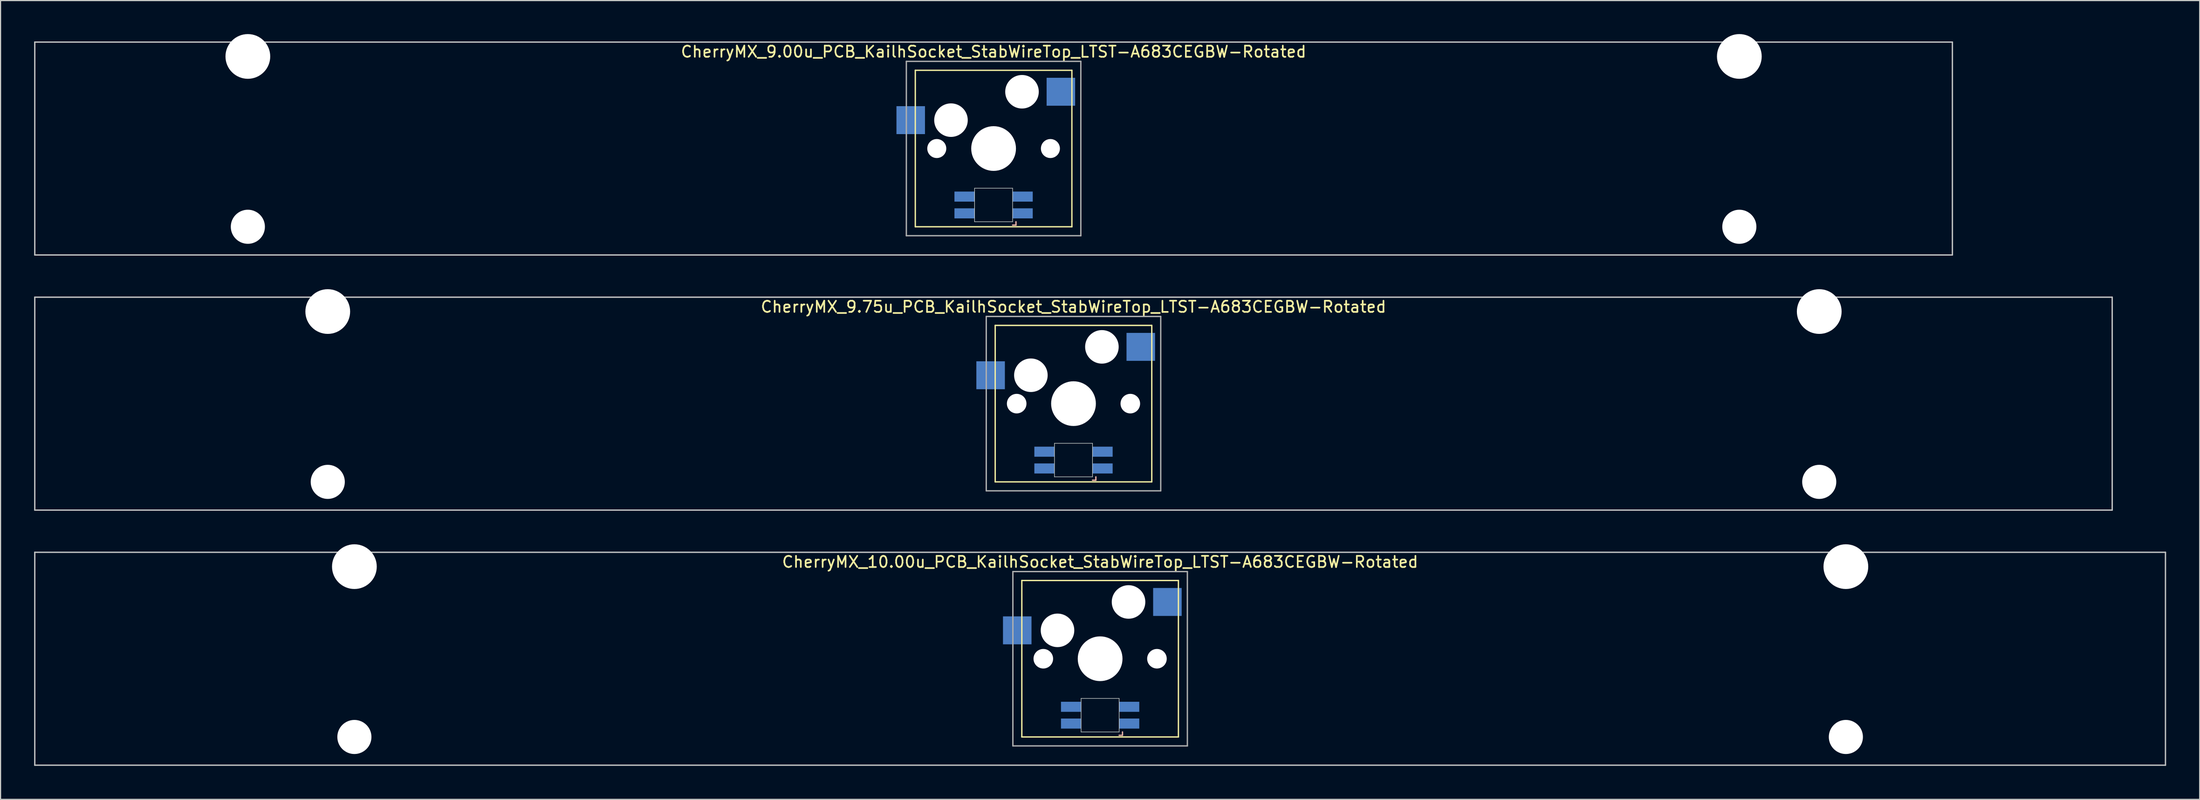
<source format=kicad_pcb>
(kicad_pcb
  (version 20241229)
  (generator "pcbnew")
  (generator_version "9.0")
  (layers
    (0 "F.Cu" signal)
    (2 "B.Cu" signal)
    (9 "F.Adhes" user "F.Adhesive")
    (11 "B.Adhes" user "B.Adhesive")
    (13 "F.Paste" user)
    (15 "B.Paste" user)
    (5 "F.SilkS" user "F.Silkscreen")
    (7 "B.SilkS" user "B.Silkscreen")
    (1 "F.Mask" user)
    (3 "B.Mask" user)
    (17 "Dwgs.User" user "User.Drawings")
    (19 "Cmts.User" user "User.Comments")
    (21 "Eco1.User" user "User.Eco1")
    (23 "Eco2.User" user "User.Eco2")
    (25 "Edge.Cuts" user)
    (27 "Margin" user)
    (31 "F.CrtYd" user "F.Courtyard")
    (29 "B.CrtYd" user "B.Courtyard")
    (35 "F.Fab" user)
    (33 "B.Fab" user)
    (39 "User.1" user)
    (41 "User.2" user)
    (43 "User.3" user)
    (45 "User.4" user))
  (footprint "CherryMX_9.75u_PCB_KailhSocket_StabWireTop_LTST-A683CEGBW-Rotated"
    (layer "F.Cu")
    (at 92.929 33.065)
    (property "Reference" "CherryMX_9.75u_PCB_KailhSocket_StabWireTop_LTST-A683CEGBW-Rotated" (at 0 -8.662 0) (layer "F.SilkS") (effects (font (size 1 1) (thickness 0.15))))
    (attr through_hole)
    (fp_line (start -7 -7) (end -7 7) (stroke (width 0.12) (type solid)) (layer "F.SilkS"))
    (fp_line (start -7 -7) (end 7 -7) (stroke (width 0.12) (type solid)) (layer "F.SilkS"))
    (fp_line (start 7 -7) (end 7 7) (stroke (width 0.12) (type solid)) (layer "F.SilkS"))
    (fp_line (start 7 7) (end -7 7) (stroke (width 0.12) (type solid)) (layer "F.SilkS"))
    (fp_line (start 1.7 6.85) (end 2 6.85) (stroke (width 0.12) (type solid)) (layer "B.SilkS"))
    (fp_line (start 2 6.85) (end 2 6.55) (stroke (width 0.12) (type solid)) (layer "B.SilkS"))
    (fp_line (start -92.869 -9.525) (end 92.869 -9.525) (stroke (width 0.12) (type solid)) (layer "Dwgs.User"))
    (fp_line (start -92.869 9.525) (end -92.869 -9.525) (stroke (width 0.12) (type solid)) (layer "Dwgs.User"))
    (fp_line (start 92.869 -9.525) (end 92.869 9.525) (stroke (width 0.12) (type solid)) (layer "Dwgs.User"))
    (fp_line (start 92.869 9.525) (end -92.869 9.525) (stroke (width 0.12) (type solid)) (layer "Dwgs.User"))
    (fp_line (start -1.7 3.55) (end 1.7 3.55) (stroke (width 0.05) (type solid)) (layer "Edge.Cuts"))
    (fp_line (start -1.7 6.55) (end -1.7 3.55) (stroke (width 0.05) (type solid)) (layer "Edge.Cuts"))
    (fp_line (start 1.7 3.55) (end 1.7 6.55) (stroke (width 0.05) (type solid)) (layer "Edge.Cuts"))
    (fp_line (start 1.7 6.55) (end -1.7 6.55) (stroke (width 0.05) (type solid)) (layer "Edge.Cuts"))
    (fp_line (start -7.8 -7.8) (end -7.8 7.8) (stroke (width 0.12) (type solid)) (layer "F.Fab"))
    (fp_line (start -7.8 -7.8) (end 7.8 -7.8) (stroke (width 0.12) (type solid)) (layer "F.Fab"))
    (fp_line (start -7.8 7.8) (end 7.8 7.8) (stroke (width 0.12) (type solid)) (layer "F.Fab"))
    (fp_line (start 7.8 -7.8) (end 7.8 7.8) (stroke (width 0.12) (type solid)) (layer "F.Fab"))
    (pad "" np_thru_hole circle (at -66.675 -8.24) (size 4 4) (drill 4) (layers "*.Cu" "*.Mask"))
    (pad "" np_thru_hole circle (at -66.675 7) (size 3.05 3.05) (drill 3.05) (layers "*.Cu" "*.Mask"))
    (pad "" np_thru_hole circle (at -5.08 0) (size 1.75 1.75) (drill 1.75) (layers "*.Cu" "*.Mask"))
    (pad "" np_thru_hole circle (at -3.81 -2.54) (size 3 3) (drill 3) (layers "*.Cu" "*.Mask"))
    (pad "" np_thru_hole circle (at 0 0) (size 4 4) (drill 4) (layers "*.Cu" "*.Mask"))
    (pad "" np_thru_hole circle (at 2.54 -5.08) (size 3 3) (drill 3) (layers "*.Cu" "*.Mask"))
    (pad "" np_thru_hole circle (at 5.08 0) (size 1.75 1.75) (drill 1.75) (layers "*.Cu" "*.Mask"))
    (pad "" np_thru_hole circle (at 66.675 -8.24) (size 4 4) (drill 4) (layers "*.Cu" "*.Mask"))
    (pad "" np_thru_hole circle (at 66.675 7) (size 3.05 3.05) (drill 3.05) (layers "*.Cu" "*.Mask"))
    (pad "1" smd rect (at -7.41 -2.54) (size 2.55 2.5) (layers "B.Cu" "B.Mask" "B.Paste"))
    (pad "2" smd rect (at 6.015 -5.08) (size 2.55 2.5) (layers "B.Cu" "B.Mask" "B.Paste"))
    (pad "3" smd rect (at 2.6 5.8) (size 1.8 0.9) (layers "B.Cu" "B.Mask" "B.Paste"))
    (pad "4" smd rect (at 2.6 4.3) (size 1.8 0.9) (layers "B.Cu" "B.Mask" "B.Paste"))
    (pad "5" smd rect (at -2.6 5.8) (size 1.8 0.9) (layers "B.Cu" "B.Mask" "B.Paste"))
    (pad "6" smd rect (at -2.6 4.3) (size 1.8 0.9) (layers "B.Cu" "B.Mask" "B.Paste")))
  (footprint "CherryMX_9.00u_PCB_KailhSocket_StabWireTop_LTST-A683CEGBW-Rotated"
    (layer "F.Cu")
    (at 85.785 10.24)
    (property "Reference" "CherryMX_9.00u_PCB_KailhSocket_StabWireTop_LTST-A683CEGBW-Rotated" (at 0 -8.662 0) (layer "F.SilkS") (effects (font (size 1 1) (thickness 0.15))))
    (attr through_hole)
    (fp_line (start -7 -7) (end -7 7) (stroke (width 0.12) (type solid)) (layer "F.SilkS"))
    (fp_line (start -7 -7) (end 7 -7) (stroke (width 0.12) (type solid)) (layer "F.SilkS"))
    (fp_line (start 7 -7) (end 7 7) (stroke (width 0.12) (type solid)) (layer "F.SilkS"))
    (fp_line (start 7 7) (end -7 7) (stroke (width 0.12) (type solid)) (layer "F.SilkS"))
    (fp_line (start 1.7 6.85) (end 2 6.85) (stroke (width 0.12) (type solid)) (layer "B.SilkS"))
    (fp_line (start 2 6.85) (end 2 6.55) (stroke (width 0.12) (type solid)) (layer "B.SilkS"))
    (fp_line (start -85.725 -9.525) (end 85.725 -9.525) (stroke (width 0.12) (type solid)) (layer "Dwgs.User"))
    (fp_line (start -85.725 9.525) (end -85.725 -9.525) (stroke (width 0.12) (type solid)) (layer "Dwgs.User"))
    (fp_line (start 85.725 -9.525) (end 85.725 9.525) (stroke (width 0.12) (type solid)) (layer "Dwgs.User"))
    (fp_line (start 85.725 9.525) (end -85.725 9.525) (stroke (width 0.12) (type solid)) (layer "Dwgs.User"))
    (fp_line (start -1.7 3.55) (end 1.7 3.55) (stroke (width 0.05) (type solid)) (layer "Edge.Cuts"))
    (fp_line (start -1.7 6.55) (end -1.7 3.55) (stroke (width 0.05) (type solid)) (layer "Edge.Cuts"))
    (fp_line (start 1.7 3.55) (end 1.7 6.55) (stroke (width 0.05) (type solid)) (layer "Edge.Cuts"))
    (fp_line (start 1.7 6.55) (end -1.7 6.55) (stroke (width 0.05) (type solid)) (layer "Edge.Cuts"))
    (fp_line (start -7.8 -7.8) (end -7.8 7.8) (stroke (width 0.12) (type solid)) (layer "F.Fab"))
    (fp_line (start -7.8 -7.8) (end 7.8 -7.8) (stroke (width 0.12) (type solid)) (layer "F.Fab"))
    (fp_line (start -7.8 7.8) (end 7.8 7.8) (stroke (width 0.12) (type solid)) (layer "F.Fab"))
    (fp_line (start 7.8 -7.8) (end 7.8 7.8) (stroke (width 0.12) (type solid)) (layer "F.Fab"))
    (pad "" np_thru_hole circle (at -66.675 -8.24) (size 4 4) (drill 4) (layers "*.Cu" "*.Mask"))
    (pad "" np_thru_hole circle (at -66.675 7) (size 3.05 3.05) (drill 3.05) (layers "*.Cu" "*.Mask"))
    (pad "" np_thru_hole circle (at -5.08 0) (size 1.7 1.7) (drill 1.7) (layers "*.Cu" "*.Mask"))
    (pad "" np_thru_hole circle (at -3.81 -2.54) (size 3 3) (drill 3) (layers "*.Cu" "*.Mask"))
    (pad "" np_thru_hole circle (at 0 0) (size 4 4) (drill 4) (layers "*.Cu" "*.Mask"))
    (pad "" np_thru_hole circle (at 2.54 -5.08) (size 3 3) (drill 3) (layers "*.Cu" "*.Mask"))
    (pad "" np_thru_hole circle (at 5.08 0) (size 1.7 1.7) (drill 1.7) (layers "*.Cu" "*.Mask"))
    (pad "" np_thru_hole circle (at 66.675 -8.24) (size 4 4) (drill 4) (layers "*.Cu" "*.Mask"))
    (pad "" np_thru_hole circle (at 66.675 7) (size 3.05 3.05) (drill 3.05) (layers "*.Cu" "*.Mask"))
    (pad "1" smd rect (at -7.41 -2.54) (size 2.55 2.5) (layers "B.Cu" "B.Mask" "B.Paste"))
    (pad "2" smd rect (at 6.015 -5.08) (size 2.55 2.5) (layers "B.Cu" "B.Mask" "B.Paste"))
    (pad "3" smd rect (at 2.6 5.8 180) (size 1.8 0.9) (layers "B.Cu" "B.Mask" "B.Paste"))
    (pad "4" smd rect (at 2.6 4.3 180) (size 1.8 0.9) (layers "B.Cu" "B.Mask" "B.Paste"))
    (pad "5" smd rect (at -2.6 5.8 180) (size 1.8 0.9) (layers "B.Cu" "B.Mask" "B.Paste"))
    (pad "6" smd rect (at -2.6 4.3 180) (size 1.8 0.9) (layers "B.Cu" "B.Mask" "B.Paste")))
  (footprint "CherryMX_10.00u_PCB_KailhSocket_StabWireTop_LTST-A683CEGBW-Rotated"
    (layer "F.Cu")
    (at 95.31 55.89)
    (property "Reference" "CherryMX_10.00u_PCB_KailhSocket_StabWireTop_LTST-A683CEGBW-Rotated" (at 0 -8.662 0) (layer "F.SilkS") (effects (font (size 1 1) (thickness 0.15))))
    (attr through_hole)
    (fp_line (start -7 -7) (end -7 7) (stroke (width 0.12) (type solid)) (layer "F.SilkS"))
    (fp_line (start -7 -7) (end 7 -7) (stroke (width 0.12) (type solid)) (layer "F.SilkS"))
    (fp_line (start 7 -7) (end 7 7) (stroke (width 0.12) (type solid)) (layer "F.SilkS"))
    (fp_line (start 7 7) (end -7 7) (stroke (width 0.12) (type solid)) (layer "F.SilkS"))
    (fp_line (start 1.7 6.85) (end 2 6.85) (stroke (width 0.12) (type solid)) (layer "B.SilkS"))
    (fp_line (start 2 6.85) (end 2 6.55) (stroke (width 0.12) (type solid)) (layer "B.SilkS"))
    (fp_line (start -95.25 -9.525) (end 95.25 -9.525) (stroke (width 0.12) (type solid)) (layer "Dwgs.User"))
    (fp_line (start -95.25 9.525) (end -95.25 -9.525) (stroke (width 0.12) (type solid)) (layer "Dwgs.User"))
    (fp_line (start 95.25 -9.525) (end 95.25 9.525) (stroke (width 0.12) (type solid)) (layer "Dwgs.User"))
    (fp_line (start 95.25 9.525) (end -95.25 9.525) (stroke (width 0.12) (type solid)) (layer "Dwgs.User"))
    (fp_line (start -1.7 3.55) (end 1.7 3.55) (stroke (width 0.05) (type solid)) (layer "Edge.Cuts"))
    (fp_line (start -1.7 6.55) (end -1.7 3.55) (stroke (width 0.05) (type solid)) (layer "Edge.Cuts"))
    (fp_line (start 1.7 3.55) (end 1.7 6.55) (stroke (width 0.05) (type solid)) (layer "Edge.Cuts"))
    (fp_line (start 1.7 6.55) (end -1.7 6.55) (stroke (width 0.05) (type solid)) (layer "Edge.Cuts"))
    (fp_line (start -7.8 -7.8) (end -7.8 7.8) (stroke (width 0.12) (type solid)) (layer "F.Fab"))
    (fp_line (start -7.8 -7.8) (end 7.8 -7.8) (stroke (width 0.12) (type solid)) (layer "F.Fab"))
    (fp_line (start -7.8 7.8) (end 7.8 7.8) (stroke (width 0.12) (type solid)) (layer "F.Fab"))
    (fp_line (start 7.8 -7.8) (end 7.8 7.8) (stroke (width 0.12) (type solid)) (layer "F.Fab"))
    (pad "" np_thru_hole circle (at -66.675 -8.24) (size 4 4) (drill 4) (layers "*.Cu" "*.Mask"))
    (pad "" np_thru_hole circle (at -66.675 7) (size 3.05 3.05) (drill 3.05) (layers "*.Cu" "*.Mask"))
    (pad "" np_thru_hole circle (at -5.08 0) (size 1.75 1.75) (drill 1.75) (layers "*.Cu" "*.Mask"))
    (pad "" np_thru_hole circle (at -3.81 -2.54) (size 3 3) (drill 3) (layers "*.Cu" "*.Mask"))
    (pad "" np_thru_hole circle (at 0 0) (size 4 4) (drill 4) (layers "*.Cu" "*.Mask"))
    (pad "" np_thru_hole circle (at 2.54 -5.08) (size 3 3) (drill 3) (layers "*.Cu" "*.Mask"))
    (pad "" np_thru_hole circle (at 5.08 0) (size 1.75 1.75) (drill 1.75) (layers "*.Cu" "*.Mask"))
    (pad "" np_thru_hole circle (at 66.675 -8.24) (size 4 4) (drill 4) (layers "*.Cu" "*.Mask"))
    (pad "" np_thru_hole circle (at 66.675 7) (size 3.05 3.05) (drill 3.05) (layers "*.Cu" "*.Mask"))
    (pad "1" smd rect (at -7.41 -2.54) (size 2.55 2.5) (layers "B.Cu" "B.Mask" "B.Paste"))
    (pad "2" smd rect (at 6.015 -5.08) (size 2.55 2.5) (layers "B.Cu" "B.Mask" "B.Paste"))
    (pad "3" smd rect (at 2.6 5.8) (size 1.8 0.9) (layers "B.Cu" "B.Mask" "B.Paste"))
    (pad "4" smd rect (at 2.6 4.3) (size 1.8 0.9) (layers "B.Cu" "B.Mask" "B.Paste"))
    (pad "5" smd rect (at -2.6 5.8) (size 1.8 0.9) (layers "B.Cu" "B.Mask" "B.Paste"))
    (pad "6" smd rect (at -2.6 4.3) (size 1.8 0.9) (layers "B.Cu" "B.Mask" "B.Paste")))
  (gr_rect
    (start -3 -3)
    (end 193.62 68.475)
    (stroke (width 0.1) (type default))
    (fill no)
    (layer "Edge.Cuts")))
</source>
